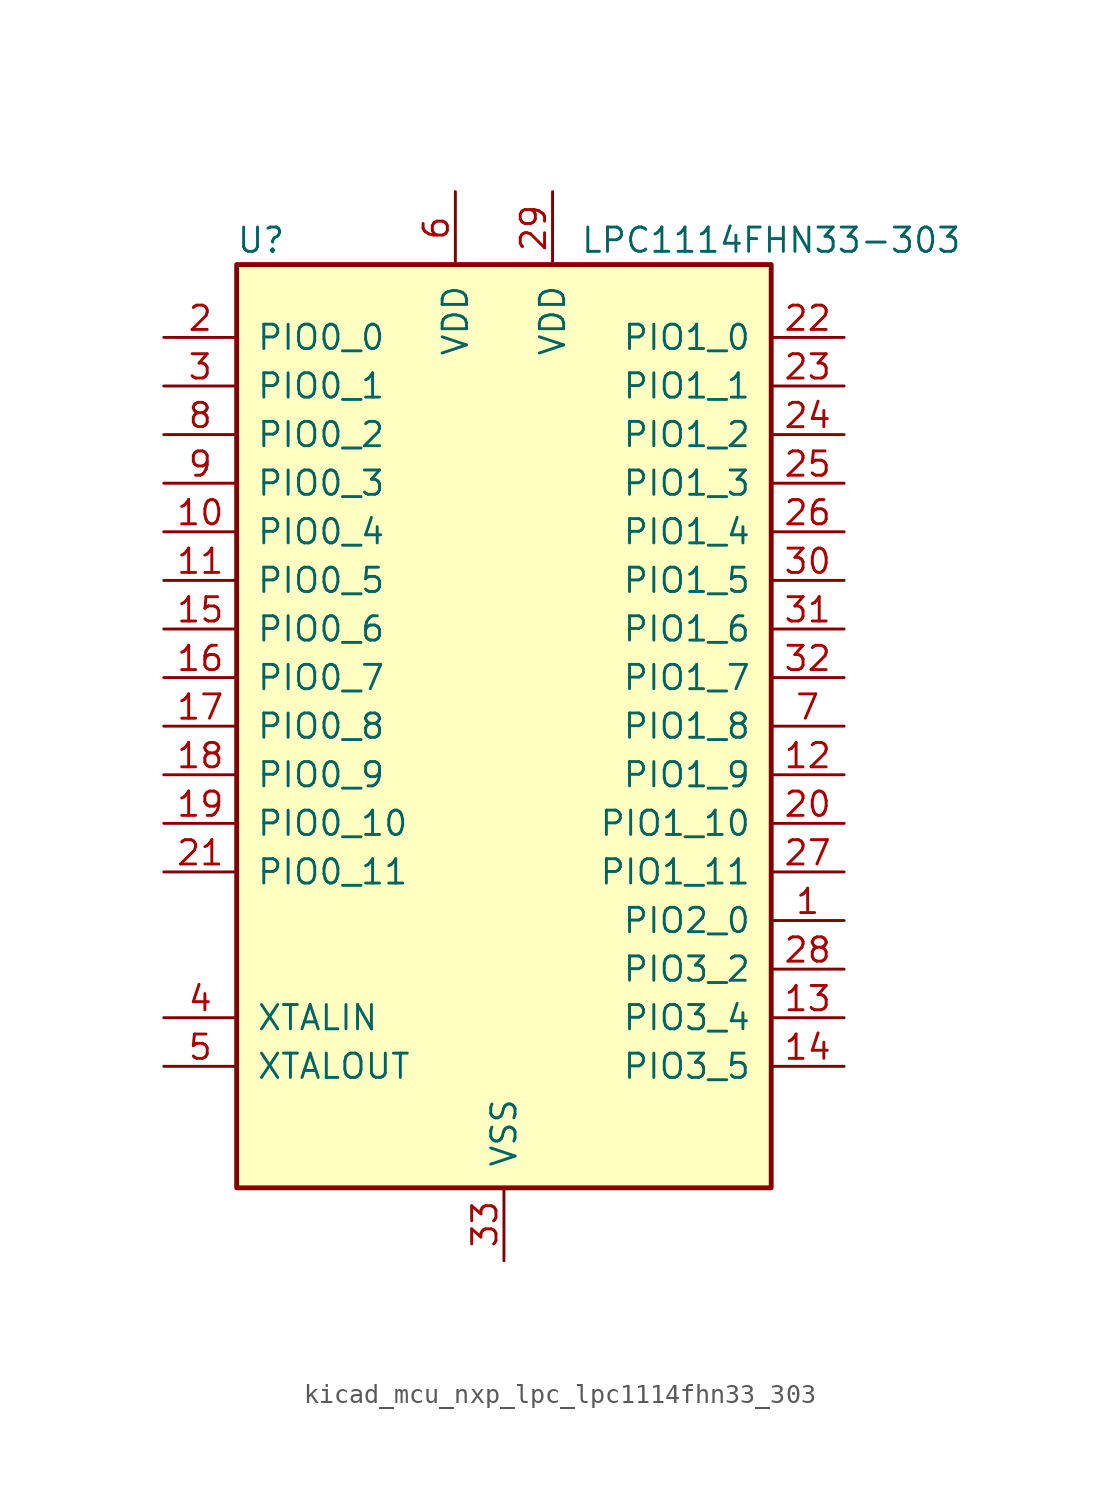
<source format=kicad_sym>
(kicad_symbol_lib
  (version 20220914)
  (generator kicad_symbol_editor)
  (symbol "kicad_mcu_nxp_lpc_lpc1114fhn33_303"
    (pin_names
      (offset 1.016))
    (property "Reference" "U"
      (at -12.7 25.4 0)
      (effects (font (size 1.27 1.27))))
    (property "Value" "LPC1114FHN33-303"
      (at 13.97 25.4 0)
      (effects (font (size 1.27 1.27))))
    (symbol "kicad_mcu_nxp_lpc_lpc1114fhn33_303_0_1"
      (rectangle (start -13.97 24.13) (end 13.97 -24.13) (stroke (width 0.254) (type default)) (fill (type background))))
    (symbol "kicad_mcu_nxp_lpc_lpc1114fhn33_303_1_1"
      (pin bidirectional line (at 17.78 -10.16 180) (length 3.81) (name "PIO2_0" (effects (font (size 1.27 1.27)))) (number "1" (effects (font (size 1.27 1.27)))))
      (pin bidirectional line (at -17.78 10.16 0) (length 3.81) (name "PIO0_4" (effects (font (size 1.27 1.27)))) (number "10" (effects (font (size 1.27 1.27)))))
      (pin bidirectional line (at -17.78 7.62 0) (length 3.81) (name "PIO0_5" (effects (font (size 1.27 1.27)))) (number "11" (effects (font (size 1.27 1.27)))))
      (pin bidirectional line (at 17.78 -2.54 180) (length 3.81) (name "PIO1_9" (effects (font (size 1.27 1.27)))) (number "12" (effects (font (size 1.27 1.27)))))
      (pin bidirectional line (at 17.78 -15.24 180) (length 3.81) (name "PIO3_4" (effects (font (size 1.27 1.27)))) (number "13" (effects (font (size 1.27 1.27)))))
      (pin bidirectional line (at 17.78 -17.78 180) (length 3.81) (name "PIO3_5" (effects (font (size 1.27 1.27)))) (number "14" (effects (font (size 1.27 1.27)))))
      (pin bidirectional line (at -17.78 5.08 0) (length 3.81) (name "PIO0_6" (effects (font (size 1.27 1.27)))) (number "15" (effects (font (size 1.27 1.27)))))
      (pin bidirectional line (at -17.78 2.54 0) (length 3.81) (name "PIO0_7" (effects (font (size 1.27 1.27)))) (number "16" (effects (font (size 1.27 1.27)))))
      (pin bidirectional line (at -17.78 0 0) (length 3.81) (name "PIO0_8" (effects (font (size 1.27 1.27)))) (number "17" (effects (font (size 1.27 1.27)))))
      (pin bidirectional line (at -17.78 -2.54 0) (length 3.81) (name "PIO0_9" (effects (font (size 1.27 1.27)))) (number "18" (effects (font (size 1.27 1.27)))))
      (pin bidirectional line (at -17.78 -5.08 0) (length 3.81) (name "PIO0_10" (effects (font (size 1.27 1.27)))) (number "19" (effects (font (size 1.27 1.27)))))
      (pin bidirectional line (at -17.78 20.32 0) (length 3.81) (name "PIO0_0" (effects (font (size 1.27 1.27)))) (number "2" (effects (font (size 1.27 1.27)))))
      (pin bidirectional line (at 17.78 -5.08 180) (length 3.81) (name "PIO1_10" (effects (font (size 1.27 1.27)))) (number "20" (effects (font (size 1.27 1.27)))))
      (pin bidirectional line (at -17.78 -7.62 0) (length 3.81) (name "PIO0_11" (effects (font (size 1.27 1.27)))) (number "21" (effects (font (size 1.27 1.27)))))
      (pin bidirectional line (at 17.78 20.32 180) (length 3.81) (name "PIO1_0" (effects (font (size 1.27 1.27)))) (number "22" (effects (font (size 1.27 1.27)))))
      (pin bidirectional line (at 17.78 17.78 180) (length 3.81) (name "PIO1_1" (effects (font (size 1.27 1.27)))) (number "23" (effects (font (size 1.27 1.27)))))
      (pin bidirectional line (at 17.78 15.24 180) (length 3.81) (name "PIO1_2" (effects (font (size 1.27 1.27)))) (number "24" (effects (font (size 1.27 1.27)))))
      (pin bidirectional line (at 17.78 12.7 180) (length 3.81) (name "PIO1_3" (effects (font (size 1.27 1.27)))) (number "25" (effects (font (size 1.27 1.27)))))
      (pin bidirectional line (at 17.78 10.16 180) (length 3.81) (name "PIO1_4" (effects (font (size 1.27 1.27)))) (number "26" (effects (font (size 1.27 1.27)))))
      (pin bidirectional line (at 17.78 -7.62 180) (length 3.81) (name "PIO1_11" (effects (font (size 1.27 1.27)))) (number "27" (effects (font (size 1.27 1.27)))))
      (pin bidirectional line (at 17.78 -12.7 180) (length 3.81) (name "PIO3_2" (effects (font (size 1.27 1.27)))) (number "28" (effects (font (size 1.27 1.27)))))
      (pin power_in line (at 2.54 27.94 270) (length 3.81) (name "VDD" (effects (font (size 1.27 1.27)))) (number "29" (effects (font (size 1.27 1.27)))))
      (pin bidirectional line (at -17.78 17.78 0) (length 3.81) (name "PIO0_1" (effects (font (size 1.27 1.27)))) (number "3" (effects (font (size 1.27 1.27)))))
      (pin bidirectional line (at 17.78 7.62 180) (length 3.81) (name "PIO1_5" (effects (font (size 1.27 1.27)))) (number "30" (effects (font (size 1.27 1.27)))))
      (pin bidirectional line (at 17.78 5.08 180) (length 3.81) (name "PIO1_6" (effects (font (size 1.27 1.27)))) (number "31" (effects (font (size 1.27 1.27)))))
      (pin bidirectional line (at 17.78 2.54 180) (length 3.81) (name "PIO1_7" (effects (font (size 1.27 1.27)))) (number "32" (effects (font (size 1.27 1.27)))))
      (pin power_in line (at 0 -27.94 90) (length 3.81) (name "VSS" (effects (font (size 1.27 1.27)))) (number "33" (effects (font (size 1.27 1.27)))))
      (pin input line (at -17.78 -15.24 0) (length 3.81) (name "XTALIN" (effects (font (size 1.27 1.27)))) (number "4" (effects (font (size 1.27 1.27)))))
      (pin output line (at -17.78 -17.78 0) (length 3.81) (name "XTALOUT" (effects (font (size 1.27 1.27)))) (number "5" (effects (font (size 1.27 1.27)))))
      (pin power_in line (at -2.54 27.94 270) (length 3.81) (name "VDD" (effects (font (size 1.27 1.27)))) (number "6" (effects (font (size 1.27 1.27)))))
      (pin bidirectional line (at 17.78 0 180) (length 3.81) (name "PIO1_8" (effects (font (size 1.27 1.27)))) (number "7" (effects (font (size 1.27 1.27)))))
      (pin bidirectional line (at -17.78 15.24 0) (length 3.81) (name "PIO0_2" (effects (font (size 1.27 1.27)))) (number "8" (effects (font (size 1.27 1.27)))))
      (pin bidirectional line (at -17.78 12.7 0) (length 3.81) (name "PIO0_3" (effects (font (size 1.27 1.27)))) (number "9" (effects (font (size 1.27 1.27))))))))
</source>
